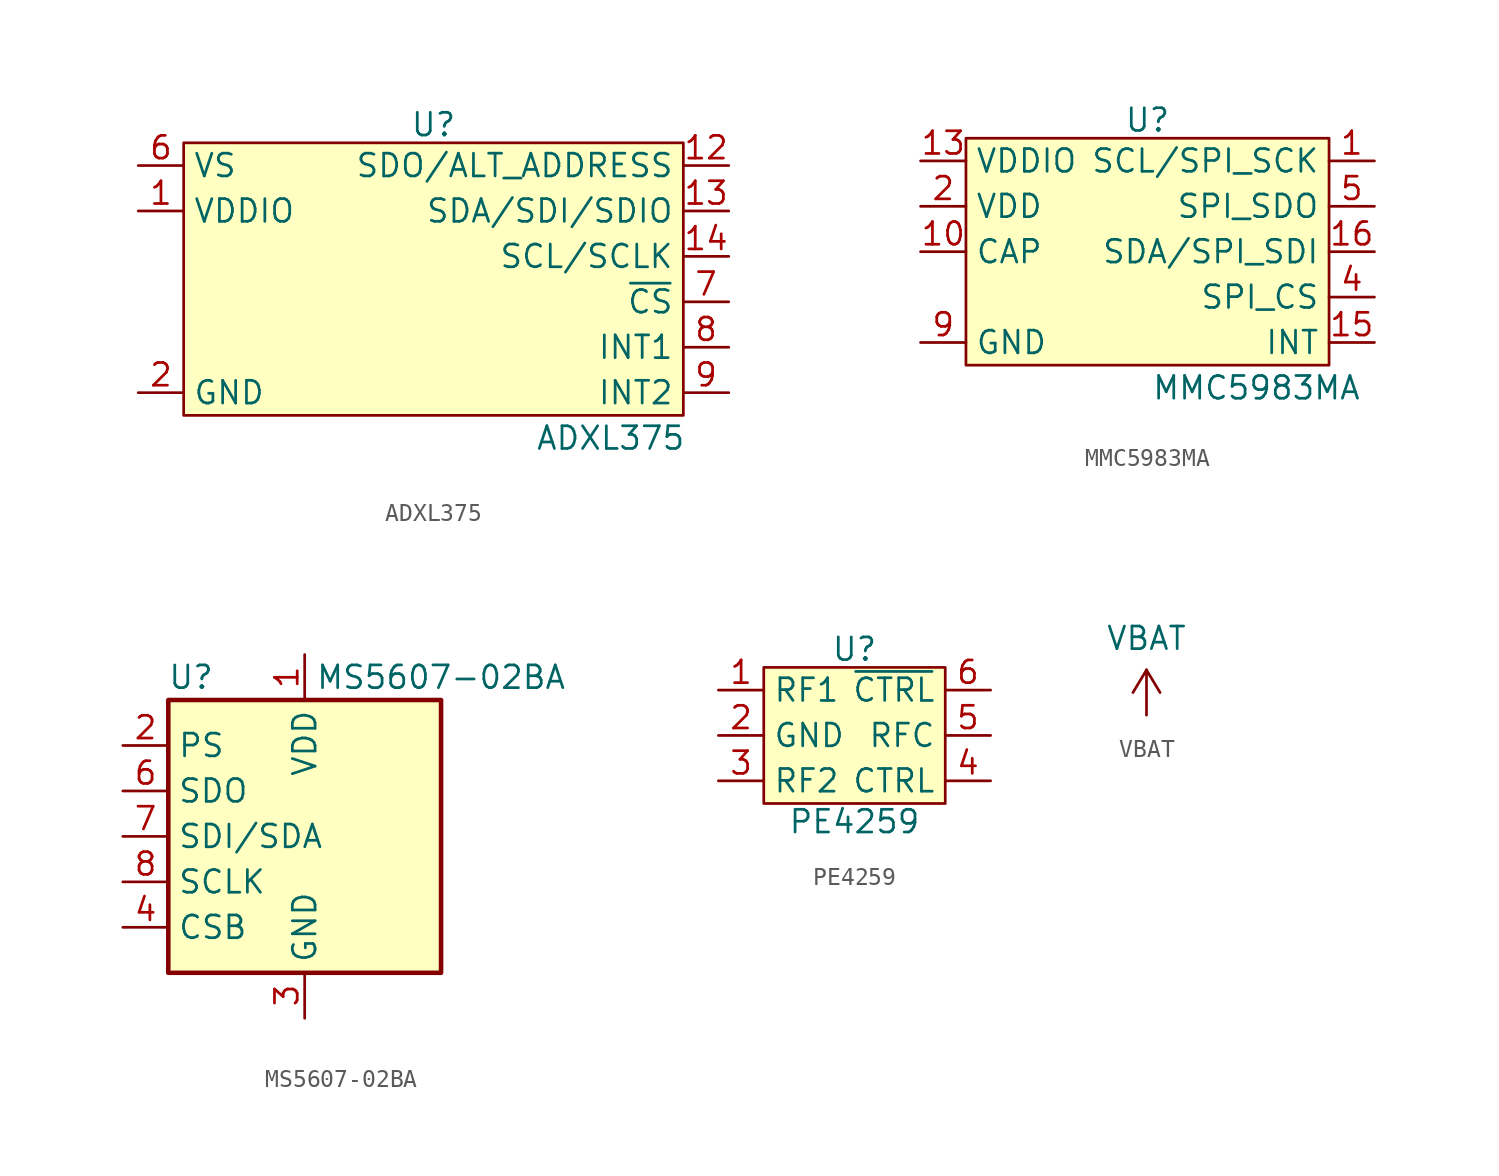
<source format=kicad_sym>
(kicad_symbol_lib
  (version 20241209)
  (generator "kicad_symbol_editor")
  (generator_version "9.0")
  (symbol "ADXL375"
    (property "Reference" "U"
      (at 0 8.636 0)
      (effects (font (size 1.27 1.27))))
    (property "Value" "ADXL375"
      (at 9.906 -8.89 0)
      (effects (font (size 1.27 1.27))))
    (symbol "ADXL375_1_1"
      (rectangle (start -13.97 7.62) (end 13.97 -7.62) (stroke (width 0) (type solid)) (fill (type background)))
      (pin power_in line (at -16.51 6.35 0) (length 2.54) (name "VS" (effects (font (size 1.27 1.27)))) (number "6" (effects (font (size 1.27 1.27)))))
      (pin power_in line (at -16.51 3.81 0) (length 2.54) (name "VDDIO" (effects (font (size 1.27 1.27)))) (number "1" (effects (font (size 1.27 1.27)))))
      (pin power_in line (at -16.51 -6.35 0) (length 2.54) (name "GND" (effects (font (size 1.27 1.27)))) (number "2" (effects (font (size 1.27 1.27)))))
      (pin power_in line (at -16.51 -6.35 0) (length 2.54) (hide yes) (name "GND" (effects (font (size 1.27 1.27)))) (number "4" (effects (font (size 1.27 1.27)))))
      (pin power_in line (at -16.51 -6.35 0) (length 2.54) (hide yes) (name "GND" (effects (font (size 1.27 1.27)))) (number "5" (effects (font (size 1.27 1.27)))))
      (pin no_connect line (at -1.27 -10.16 90) (length 2.54) (hide yes) (name "RESERVED" (effects (font (size 1.27 1.27)))) (number "11" (effects (font (size 1.27 1.27)))))
      (pin no_connect line (at -1.27 -10.16 90) (length 2.54) (hide yes) (name "RESERVED" (effects (font (size 1.27 1.27)))) (number "3" (effects (font (size 1.27 1.27)))))
      (pin no_connect line (at 1.27 -10.16 90) (length 2.54) (hide yes) (name "NC" (effects (font (size 1.27 1.27)))) (number "10" (effects (font (size 1.27 1.27)))))
      (pin output line (at 16.51 6.35 180) (length 2.54) (name "SDO/ALT_ADDRESS" (effects (font (size 1.27 1.27)))) (number "12" (effects (font (size 1.27 1.27)))))
      (pin bidirectional line (at 16.51 3.81 180) (length 2.54) (name "SDA/SDI/SDIO" (effects (font (size 1.27 1.27)))) (number "13" (effects (font (size 1.27 1.27)))))
      (pin input line (at 16.51 1.27 180) (length 2.54) (name "SCL/SCLK" (effects (font (size 1.27 1.27)))) (number "14" (effects (font (size 1.27 1.27)))))
      (pin input line (at 16.51 -1.27 180) (length 2.54) (name "~{CS}" (effects (font (size 1.27 1.27)))) (number "7" (effects (font (size 1.27 1.27)))))
      (pin output line (at 16.51 -3.81 180) (length 2.54) (name "INT1" (effects (font (size 1.27 1.27)))) (number "8" (effects (font (size 1.27 1.27)))))
      (pin output line (at 16.51 -6.35 180) (length 2.54) (name "INT2" (effects (font (size 1.27 1.27)))) (number "9" (effects (font (size 1.27 1.27)))))))
  (symbol "MMC5983MA"
    (property "Reference" "U"
      (at 0 7.366 0)
      (effects (font (size 1.27 1.27))))
    (property "Value" "MMC5983MA"
      (at 6.096 -7.62 0)
      (effects (font (size 1.27 1.27))))
    (symbol "MMC5983MA_1_1"
      (rectangle (start -10.16 6.35) (end 10.16 -6.35) (stroke (width 0) (type solid)) (fill (type background)))
      (pin power_in line (at -12.7 5.08 0) (length 2.54) (name "VDDIO" (effects (font (size 1.27 1.27)))) (number "13" (effects (font (size 1.27 1.27)))))
      (pin power_in line (at -12.7 2.54 0) (length 2.54) (name "VDD" (effects (font (size 1.27 1.27)))) (number "2" (effects (font (size 1.27 1.27)))))
      (pin power_out line (at -12.7 0 0) (length 2.54) (name "CAP" (effects (font (size 1.27 1.27)))) (number "10" (effects (font (size 1.27 1.27)))))
      (pin power_in line (at -12.7 -5.08 0) (length 2.54) (hide yes) (name "GND" (effects (font (size 1.27 1.27)))) (number "11" (effects (font (size 1.27 1.27)))))
      (pin power_in line (at -12.7 -5.08 0) (length 2.54) (name "GND" (effects (font (size 1.27 1.27)))) (number "9" (effects (font (size 1.27 1.27)))))
      (pin no_connect line (at 0 -8.89 90) (length 2.54) (hide yes) (name "NC" (effects (font (size 1.27 1.27)))) (number "12" (effects (font (size 1.27 1.27)))))
      (pin no_connect line (at 0 -8.89 90) (length 2.54) (hide yes) (name "NC" (effects (font (size 1.27 1.27)))) (number "14" (effects (font (size 1.27 1.27)))))
      (pin no_connect line (at 0 -8.89 90) (length 2.54) (hide yes) (name "NC" (effects (font (size 1.27 1.27)))) (number "3" (effects (font (size 1.27 1.27)))))
      (pin no_connect line (at 0 -8.89 90) (length 2.54) (hide yes) (name "NC" (effects (font (size 1.27 1.27)))) (number "6" (effects (font (size 1.27 1.27)))))
      (pin no_connect line (at 0 -8.89 90) (length 2.54) (hide yes) (name "NC" (effects (font (size 1.27 1.27)))) (number "7" (effects (font (size 1.27 1.27)))))
      (pin no_connect line (at 0 -8.89 90) (length 2.54) (hide yes) (name "NC" (effects (font (size 1.27 1.27)))) (number "8" (effects (font (size 1.27 1.27)))))
      (pin input line (at 12.7 5.08 180) (length 2.54) (name "SCL/SPI_SCK" (effects (font (size 1.27 1.27)))) (number "1" (effects (font (size 1.27 1.27)))))
      (pin output line (at 12.7 2.54 180) (length 2.54) (name "SPI_SDO" (effects (font (size 1.27 1.27)))) (number "5" (effects (font (size 1.27 1.27)))))
      (pin bidirectional line (at 12.7 0 180) (length 2.54) (name "SDA/SPI_SDI" (effects (font (size 1.27 1.27)))) (number "16" (effects (font (size 1.27 1.27)))))
      (pin input line (at 12.7 -2.54 180) (length 2.54) (name "SPI_CS" (effects (font (size 1.27 1.27)))) (number "4" (effects (font (size 1.27 1.27)))))
      (pin output line (at 12.7 -5.08 180) (length 2.54) (name "INT" (effects (font (size 1.27 1.27)))) (number "15" (effects (font (size 1.27 1.27)))))))
  (symbol "MS5607-02BA"
    (property "Reference" "U"
      (at -6.35 8.89 0)
      (effects (font (size 1.27 1.27))))
    (property "Value" "MS5607-02BA"
      (at 7.62 8.89 0)
      (effects (font (size 1.27 1.27))))
    (symbol "MS5607-02BA_0_1"
      (rectangle (start -7.62 7.62) (end 7.62 -7.62) (stroke (width 0.254) (type default)) (fill (type background))))
    (symbol "MS5607-02BA_1_1"
      (pin input line (at -10.16 5.08 0) (length 2.54) (name "PS" (effects (font (size 1.27 1.27)))) (number "2" (effects (font (size 1.27 1.27)))))
      (pin output line (at -10.16 2.54 0) (length 2.54) (name "SDO" (effects (font (size 1.27 1.27)))) (number "6" (effects (font (size 1.27 1.27)))))
      (pin bidirectional line (at -10.16 0 0) (length 2.54) (name "SDI/SDA" (effects (font (size 1.27 1.27)))) (number "7" (effects (font (size 1.27 1.27)))))
      (pin input line (at -10.16 -2.54 0) (length 2.54) (name "SCLK" (effects (font (size 1.27 1.27)))) (number "8" (effects (font (size 1.27 1.27)))))
      (pin input line (at -10.16 -5.08 0) (length 2.54) (name "CSB" (effects (font (size 1.27 1.27)))) (number "4" (effects (font (size 1.27 1.27)))))
      (pin input line (at -10.16 -5.08 0) (length 2.54) (hide yes) (name "CSB" (effects (font (size 1.27 1.27)))) (number "5" (effects (font (size 1.27 1.27)))))
      (pin power_in line (at 0 10.16 270) (length 2.54) (name "VDD" (effects (font (size 1.27 1.27)))) (number "1" (effects (font (size 1.27 1.27)))))
      (pin power_in line (at 0 -10.16 90) (length 2.54) (name "GND" (effects (font (size 1.27 1.27)))) (number "3" (effects (font (size 1.27 1.27)))))))
  (symbol "PE4259"
    (property "Reference" "U"
      (at 0 4.826 0)
      (effects (font (size 1.27 1.27))))
    (property "Value" "PE4259"
      (at 0 -4.826 0)
      (effects (font (size 1.27 1.27))))
    (symbol "PE4259_1_1"
      (rectangle (start -5.08 3.81) (end 5.08 -3.81) (stroke (width 0) (type solid)) (fill (type background)))
      (pin bidirectional line (at -7.62 2.54 0) (length 2.54) (name "RF1" (effects (font (size 1.27 1.27)))) (number "1" (effects (font (size 1.27 1.27)))))
      (pin power_in line (at -7.62 0 0) (length 2.54) (name "GND" (effects (font (size 1.27 1.27)))) (number "2" (effects (font (size 1.27 1.27)))))
      (pin bidirectional line (at -7.62 -2.54 0) (length 2.54) (name "RF2" (effects (font (size 1.27 1.27)))) (number "3" (effects (font (size 1.27 1.27)))))
      (pin input line (at 7.62 2.54 180) (length 2.54) (name "~{CTRL}" (effects (font (size 1.27 1.27)))) (number "6" (effects (font (size 1.27 1.27)))))
      (pin bidirectional line (at 7.62 0 180) (length 2.54) (name "RFC" (effects (font (size 1.27 1.27)))) (number "5" (effects (font (size 1.27 1.27)))))
      (pin input line (at 7.62 -2.54 180) (length 2.54) (name "CTRL" (effects (font (size 1.27 1.27)))) (number "4" (effects (font (size 1.27 1.27)))))))
  (symbol "VBAT"
    (power)
    (property "Reference" "#PWR"
      (at 0 -1.524 0)
      (effects (font (size 1.27 1.27)) (hide yes)))
    (property "Value" "VBAT"
      (at 0 4.318 0)
      (effects (font (size 1.27 1.27))))
    (symbol "VBAT_0_1"
      (polyline (pts (xy -0.762 1.27) (xy 0 2.54)) (stroke (width 0) (type default)) (fill (type none)))
      (polyline (pts (xy 0 2.54) (xy 0.762 1.27)) (stroke (width 0) (type default)) (fill (type none))))
    (symbol "VBAT_1_1"
      (pin power_in line (at 0 0 90) (length 2.54) (name "~" (effects (font (size 1.27 1.27)))) (number "" (effects (font (size 1.27 1.27))))))))
</source>
